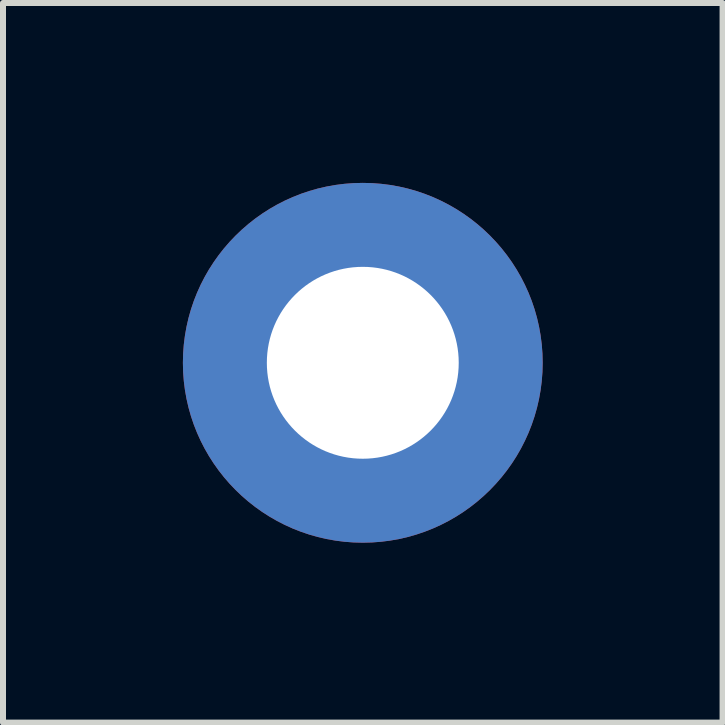
<source format=kicad_pcb>
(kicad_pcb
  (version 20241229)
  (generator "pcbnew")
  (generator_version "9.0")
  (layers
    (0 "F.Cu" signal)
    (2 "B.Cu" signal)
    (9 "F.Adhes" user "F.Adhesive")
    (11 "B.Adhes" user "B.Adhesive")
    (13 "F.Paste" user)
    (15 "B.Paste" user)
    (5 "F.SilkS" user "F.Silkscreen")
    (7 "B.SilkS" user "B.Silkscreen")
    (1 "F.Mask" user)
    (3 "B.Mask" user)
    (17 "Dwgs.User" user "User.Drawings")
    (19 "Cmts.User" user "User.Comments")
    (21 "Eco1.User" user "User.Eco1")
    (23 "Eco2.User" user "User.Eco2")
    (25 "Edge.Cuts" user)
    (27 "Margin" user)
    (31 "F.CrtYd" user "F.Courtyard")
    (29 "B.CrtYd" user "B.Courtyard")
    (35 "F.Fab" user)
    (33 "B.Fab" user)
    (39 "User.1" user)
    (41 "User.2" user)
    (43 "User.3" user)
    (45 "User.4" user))
  (footprint "hole"
    (layer "F.Cu")
    (at 3 3)
    (property "Reference" "hole" (at 0 0 0) (layer "F.SilkS") (effects (font (size 1 1) (thickness 0.15))))
    (attr through_hole)
    (pad "" np_thru_hole circle (at 0 0) (size 6 6) (drill 3.2) (layers "*.Cu" "*.Paste" "*.Mask")))
  (gr_rect
    (start -3 -3)
    (end 9 9)
    (stroke (width 0.1) (type default))
    (fill no)
    (layer "Edge.Cuts")))
</source>
